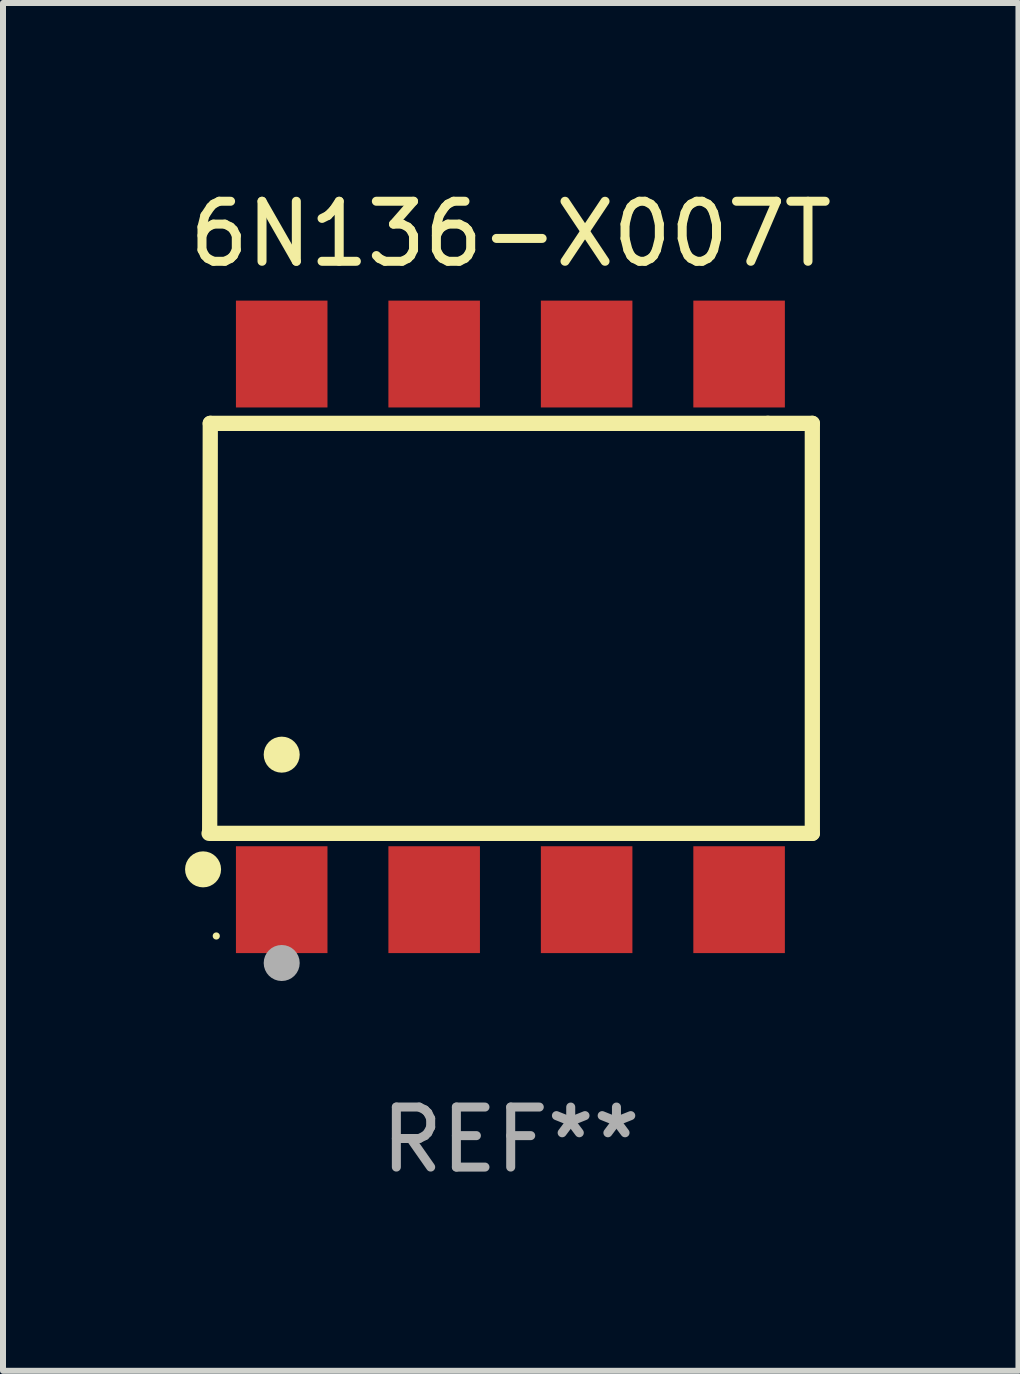
<source format=kicad_pcb>
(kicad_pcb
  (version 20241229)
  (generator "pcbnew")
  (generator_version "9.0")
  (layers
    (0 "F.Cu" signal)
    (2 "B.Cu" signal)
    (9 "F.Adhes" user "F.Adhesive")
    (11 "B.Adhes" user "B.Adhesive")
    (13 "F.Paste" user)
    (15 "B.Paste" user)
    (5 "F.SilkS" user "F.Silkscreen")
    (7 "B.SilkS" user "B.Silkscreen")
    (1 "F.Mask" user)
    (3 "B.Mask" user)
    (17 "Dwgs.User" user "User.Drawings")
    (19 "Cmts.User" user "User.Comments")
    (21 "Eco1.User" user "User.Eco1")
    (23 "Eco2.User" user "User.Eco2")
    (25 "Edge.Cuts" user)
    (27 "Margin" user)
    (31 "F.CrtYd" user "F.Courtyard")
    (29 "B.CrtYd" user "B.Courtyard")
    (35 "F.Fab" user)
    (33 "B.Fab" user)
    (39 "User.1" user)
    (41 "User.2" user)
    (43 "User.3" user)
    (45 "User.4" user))
  (footprint "6N136-X007T"
    (layer "F.Cu")
    (at 5.458 7.393)
    (property "Reference" "6N136-X007T" (at 0 -6.545 0) (layer "F.SilkS") (effects (font (size 1 1) (thickness 0.15))))
    (attr through_hole)
    (fp_line (start -5.005 -3.39) (end -5.015 3.42) (stroke (width 0.254) (type solid)) (layer "F.SilkS"))
    (fp_line (start 4.285 -3.39) (end -5.005 -3.39) (stroke (width 0.254) (type solid)) (layer "F.SilkS"))
    (fp_line (start 4.285 -3.39) (end 5.025 -3.39) (stroke (width 0.254) (type solid)) (layer "F.SilkS"))
    (fp_line (start 5.025 -3.39) (end 5.025 3.44) (stroke (width 0.254) (type solid)) (layer "F.SilkS"))
    (fp_line (start 5.025 3.44) (end -5.025 3.44) (stroke (width 0.254) (type solid)) (layer "F.SilkS"))
    (fp_circle (center -5.125 4.04) (end -4.975 4.04) (stroke (width 0.3) (type solid)) (fill no) (layer "F.SilkS"))
    (fp_circle (center -4.905 5.15) (end -4.875 5.15) (stroke (width 0.06) (type solid)) (fill no) (layer "F.SilkS"))
    (fp_circle (center -3.815 2.129) (end -3.665 2.129) (stroke (width 0.3) (type solid)) (fill no) (layer "F.SilkS"))
    (fp_circle (center -3.815 5.6) (end -3.665 5.6) (stroke (width 0.3) (type solid)) (fill no) (layer "F.Fab"))
    (fp_text user "REF**" (at 0 8.545 0) (layer "F.Fab") (effects (font (size 1 1) (thickness 0.15))))
    (pad "1" smd rect (at -3.815 4.545) (size 1.525 1.78) (layers "F.Cu" "F.Mask" "F.Paste"))
    (pad "2" smd rect (at -1.275 4.545) (size 1.525 1.78) (layers "F.Cu" "F.Mask" "F.Paste"))
    (pad "3" smd rect (at 1.265 4.545) (size 1.525 1.78) (layers "F.Cu" "F.Mask" "F.Paste"))
    (pad "4" smd rect (at 3.805 4.545) (size 1.525 1.78) (layers "F.Cu" "F.Mask" "F.Paste"))
    (pad "5" smd rect (at 3.805 -4.545) (size 1.525 1.78) (layers "F.Cu" "F.Mask" "F.Paste"))
    (pad "6" smd rect (at 1.265 -4.545) (size 1.525 1.78) (layers "F.Cu" "F.Mask" "F.Paste"))
    (pad "7" smd rect (at -1.275 -4.545) (size 1.525 1.78) (layers "F.Cu" "F.Mask" "F.Paste"))
    (pad "8" smd rect (at -3.815 -4.545) (size 1.525 1.78) (layers "F.Cu" "F.Mask" "F.Paste")))
  (gr_rect
    (start -3 -3)
    (end 13.917 19.787)
    (stroke (width 0.1) (type default))
    (fill no)
    (layer "Edge.Cuts")))
</source>
